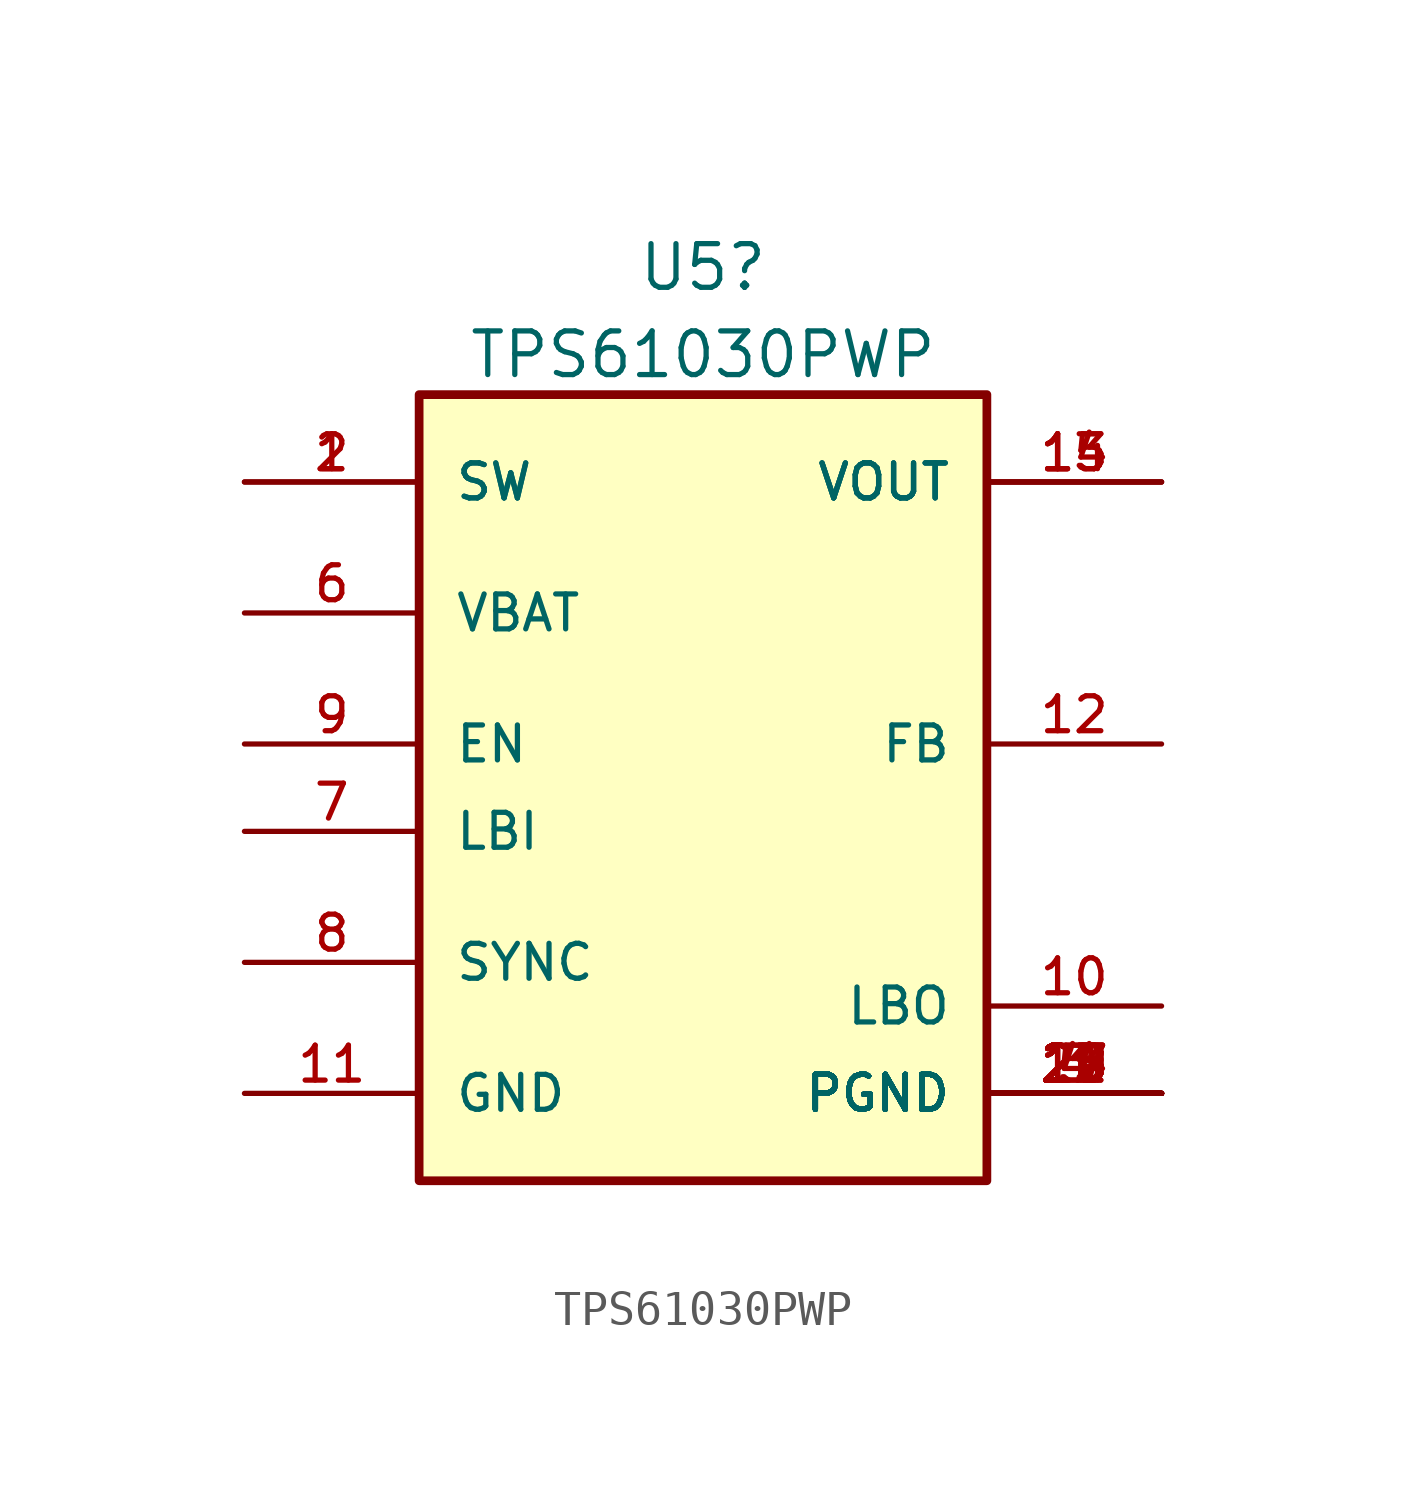
<source format=kicad_sym>
(kicad_symbol_lib
  (version 20211014)
  (generator kicad_symbol_editor)
  (symbol "TPS61030PWP"
    (pin_names
      (offset 1.016))
    (property "Reference" "U5"
      (at -4.445 18.94 0)
      (effects (font (size 1.27 1.27))))
    (property "Value" "TPS61030PWP"
      (at -4.445 16.403 0)
      (effects (font (size 1.27 1.27))))
    (property "ki_locked" ""
      (at 0 0 0)
      (effects (font (size 1.27 1.27))))
    (symbol "TPS61030PWP_0_0"
      (rectangle (start -12.7 15.24) (end 3.81 -7.62) (stroke (width 0.254) (type default) (color 0 0 0 0)) (fill (type background)))
      (pin input line (at -17.78 12.7 0) (length 5.08) (name "SW" (effects (font (size 1.016 1.016)))) (number "1" (effects (font (size 1.016 1.016)))))
      (pin output line (at 8.89 -2.54 180) (length 5.08) (name "LBO" (effects (font (size 1.016 1.016)))) (number "10" (effects (font (size 1.016 1.016)))))
      (pin power_in line (at -17.78 -5.08 0) (length 5.08) (name "GND" (effects (font (size 1.016 1.016)))) (number "11" (effects (font (size 1.016 1.016)))))
      (pin input line (at 8.89 5.08 180) (length 5.08) (name "FB" (effects (font (size 1.016 1.016)))) (number "12" (effects (font (size 1.016 1.016)))))
      (pin output line (at 8.89 12.7 180) (length 5.08) (name "VOUT" (effects (font (size 1.016 1.016)))) (number "13" (effects (font (size 1.016 1.016)))))
      (pin output line (at 8.89 12.7 180) (length 5.08) (name "VOUT" (effects (font (size 1.016 1.016)))) (number "14" (effects (font (size 1.016 1.016)))))
      (pin output line (at 8.89 12.7 180) (length 5.08) (name "VOUT" (effects (font (size 1.016 1.016)))) (number "15" (effects (font (size 1.016 1.016)))))
      (pin power_in line (at 8.89 -5.08 180) (length 5.08) (name "PGND" (effects (font (size 1.016 1.016)))) (number "17" (effects (font (size 1.016 1.016)))))
      (pin power_in line (at 8.89 -5.08 180) (length 5.08) (name "PGND" (effects (font (size 1.016 1.016)))) (number "18" (effects (font (size 1.016 1.016)))))
      (pin power_in line (at 8.89 -5.08 180) (length 5.08) (name "PGND" (effects (font (size 1.016 1.016)))) (number "19" (effects (font (size 1.016 1.016)))))
      (pin input line (at -17.78 12.7 0) (length 5.08) (name "SW" (effects (font (size 1.016 1.016)))) (number "2" (effects (font (size 1.016 1.016)))))
      (pin power_in line (at 8.89 -5.08 180) (length 5.08) (name "PGND" (effects (font (size 1.016 1.016)))) (number "20" (effects (font (size 1.016 1.016)))))
      (pin power_in line (at 8.89 -5.08 180) (length 5.08) (name "PGND" (effects (font (size 1.016 1.016)))) (number "21" (effects (font (size 1.016 1.016)))))
      (pin power_in line (at 8.89 -5.08 180) (length 5.08) (name "PGND" (effects (font (size 1.016 1.016)))) (number "22" (effects (font (size 1.016 1.016)))))
      (pin power_in line (at 8.89 -5.08 180) (length 5.08) (name "PGND" (effects (font (size 1.016 1.016)))) (number "23" (effects (font (size 1.016 1.016)))))
      (pin power_in line (at 8.89 -5.08 180) (length 5.08) (name "PGND" (effects (font (size 1.016 1.016)))) (number "24" (effects (font (size 1.016 1.016)))))
      (pin power_in line (at 8.89 -5.08 180) (length 5.08) (name "PGND" (effects (font (size 1.016 1.016)))) (number "25" (effects (font (size 1.016 1.016)))))
      (pin power_in line (at 8.89 -5.08 180) (length 5.08) (name "PGND" (effects (font (size 1.016 1.016)))) (number "26" (effects (font (size 1.016 1.016)))))
      (pin power_in line (at 8.89 -5.08 180) (length 5.08) (name "PGND" (effects (font (size 1.016 1.016)))) (number "27" (effects (font (size 1.016 1.016)))))
      (pin power_in line (at 8.89 -5.08 180) (length 5.08) (name "PGND" (effects (font (size 1.016 1.016)))) (number "28" (effects (font (size 1.016 1.016)))))
      (pin power_in line (at 8.89 -5.08 180) (length 5.08) (name "PGND" (effects (font (size 1.016 1.016)))) (number "29" (effects (font (size 1.016 1.016)))))
      (pin power_in line (at 8.89 -5.08 180) (length 5.08) (name "PGND" (effects (font (size 1.016 1.016)))) (number "3" (effects (font (size 1.016 1.016)))))
      (pin power_in line (at 8.89 -5.08 180) (length 5.08) (name "PGND" (effects (font (size 1.016 1.016)))) (number "4" (effects (font (size 1.016 1.016)))))
      (pin power_in line (at 8.89 -5.08 180) (length 5.08) (name "PGND" (effects (font (size 1.016 1.016)))) (number "5" (effects (font (size 1.016 1.016)))))
      (pin power_in line (at -17.78 8.89 0) (length 5.08) (name "VBAT" (effects (font (size 1.016 1.016)))) (number "6" (effects (font (size 1.016 1.016)))))
      (pin input line (at -17.78 2.54 0) (length 5.08) (name "LBI" (effects (font (size 1.016 1.016)))) (number "7" (effects (font (size 1.016 1.016)))))
      (pin input line (at -17.78 -1.27 0) (length 5.08) (name "SYNC" (effects (font (size 1.016 1.016)))) (number "8" (effects (font (size 1.016 1.016)))))
      (pin input line (at -17.78 5.08 0) (length 5.08) (name "EN" (effects (font (size 1.016 1.016)))) (number "9" (effects (font (size 1.016 1.016))))))))
</source>
